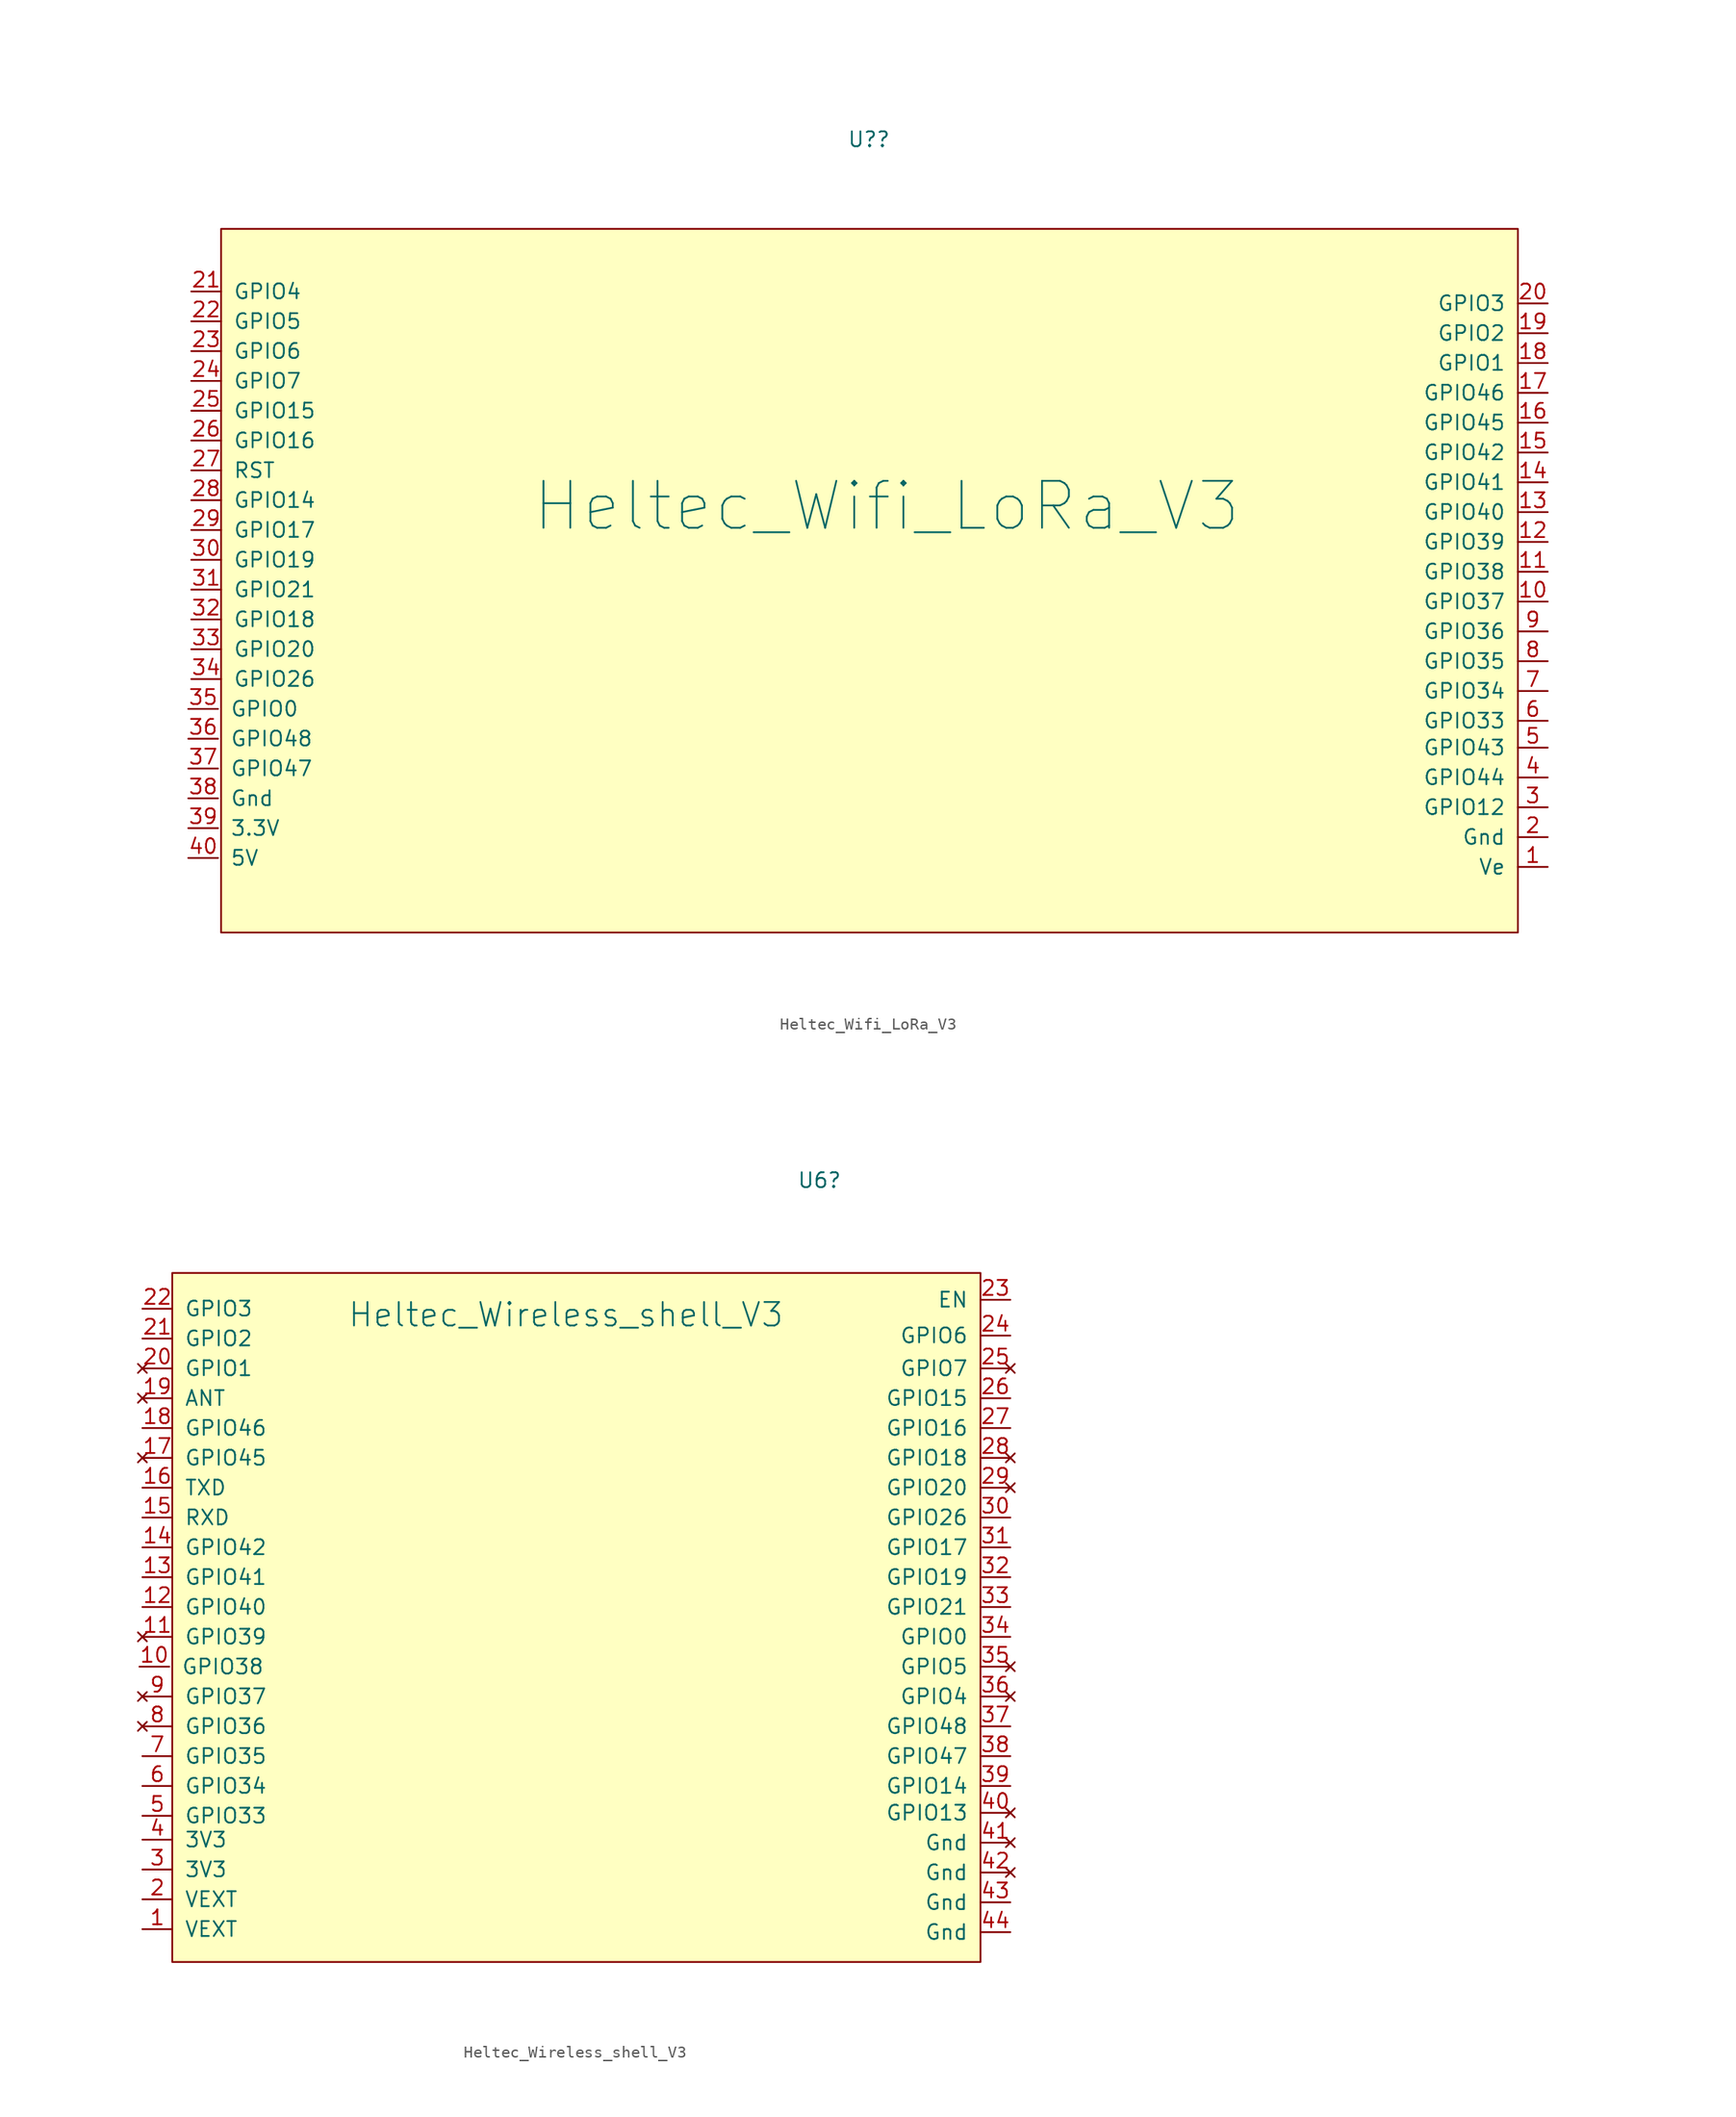
<source format=kicad_sym>
(kicad_symbol_lib
  (version 20211014)
  (generator kicad_symbol_editor)
  (symbol "Heltec_Wifi_LoRa_V3"
    (pin_names
      (offset 1.016))
    (property "Reference" "U?"
      (at -2.54 12.7 0)
      (effects (font (size 1.27 1.27)) (justify left)))
    (property "Value" "Heltec_Wifi_LoRa_V3"
      (at -29.464 -18.542 0)
      (effects (font (size 4 4)) (justify left)))
    (symbol "Heltec_Wifi_LoRa_V3_0_1"
      (rectangle (start -55.88 5.08) (end 54.61 -54.864) (stroke (width 0) (type default) (color 0 0 0 0)) (fill (type background))))
    (symbol "Heltec_Wifi_LoRa_V3_1_1"
      (pin bidirectional line (at 57.15 -49.276 180) (length 2.54) (name "Ve" (effects (font (size 1.27 1.27)))) (number "1" (effects (font (size 1.27 1.27)))))
      (pin bidirectional line (at 57.15 -26.67 180) (length 2.54) (name "GPIO37" (effects (font (size 1.27 1.27)))) (number "10" (effects (font (size 1.27 1.27)))))
      (pin bidirectional line (at 57.15 -24.13 180) (length 2.54) (name "GPIO38" (effects (font (size 1.27 1.27)))) (number "11" (effects (font (size 1.27 1.27)))))
      (pin bidirectional line (at 57.15 -21.59 180) (length 2.54) (name "GPIO39" (effects (font (size 1.27 1.27)))) (number "12" (effects (font (size 1.27 1.27)))))
      (pin bidirectional line (at 57.15 -19.05 180) (length 2.54) (name "GPIO40" (effects (font (size 1.27 1.27)))) (number "13" (effects (font (size 1.27 1.27)))))
      (pin bidirectional line (at 57.15 -16.51 180) (length 2.54) (name "GPIO41" (effects (font (size 1.27 1.27)))) (number "14" (effects (font (size 1.27 1.27)))))
      (pin bidirectional line (at 57.15 -13.97 180) (length 2.54) (name "GPIO42" (effects (font (size 1.27 1.27)))) (number "15" (effects (font (size 1.27 1.27)))))
      (pin bidirectional line (at 57.15 -11.43 180) (length 2.54) (name "GPIO45" (effects (font (size 1.27 1.27)))) (number "16" (effects (font (size 1.27 1.27)))))
      (pin bidirectional line (at 57.15 -8.89 180) (length 2.54) (name "GPIO46" (effects (font (size 1.27 1.27)))) (number "17" (effects (font (size 1.27 1.27)))))
      (pin bidirectional line (at 57.15 -6.35 180) (length 2.54) (name "GPIO1" (effects (font (size 1.27 1.27)))) (number "18" (effects (font (size 1.27 1.27)))))
      (pin bidirectional line (at 57.15 -3.81 180) (length 2.54) (name "GPIO2" (effects (font (size 1.27 1.27)))) (number "19" (effects (font (size 1.27 1.27)))))
      (pin bidirectional line (at 57.15 -46.736 180) (length 2.54) (name "Gnd" (effects (font (size 1.27 1.27)))) (number "2" (effects (font (size 1.27 1.27)))))
      (pin bidirectional line (at 57.15 -1.27 180) (length 2.54) (name "GPIO3" (effects (font (size 1.27 1.27)))) (number "20" (effects (font (size 1.27 1.27)))))
      (pin bidirectional line (at -58.42 -0.254 0) (length 2.54) (name "GPIO4" (effects (font (size 1.27 1.27)))) (number "21" (effects (font (size 1.27 1.27)))))
      (pin bidirectional line (at -58.42 -2.794 0) (length 2.54) (name "GPIO5" (effects (font (size 1.27 1.27)))) (number "22" (effects (font (size 1.27 1.27)))))
      (pin bidirectional line (at -58.42 -5.334 0) (length 2.54) (name "GPIO6" (effects (font (size 1.27 1.27)))) (number "23" (effects (font (size 1.27 1.27)))))
      (pin bidirectional line (at -58.42 -7.874 0) (length 2.54) (name "GPIO7" (effects (font (size 1.27 1.27)))) (number "24" (effects (font (size 1.27 1.27)))))
      (pin bidirectional line (at -58.42 -10.414 0) (length 2.54) (name "GPIO15" (effects (font (size 1.27 1.27)))) (number "25" (effects (font (size 1.27 1.27)))))
      (pin bidirectional line (at -58.42 -12.954 0) (length 2.54) (name "GPIO16" (effects (font (size 1.27 1.27)))) (number "26" (effects (font (size 1.27 1.27)))))
      (pin bidirectional line (at -58.42 -15.494 0) (length 2.54) (name "RST" (effects (font (size 1.27 1.27)))) (number "27" (effects (font (size 1.27 1.27)))))
      (pin bidirectional line (at -58.42 -18.034 0) (length 2.54) (name "GPIO14" (effects (font (size 1.27 1.27)))) (number "28" (effects (font (size 1.27 1.27)))))
      (pin bidirectional line (at -58.42 -20.574 0) (length 2.54) (name "GPIO17" (effects (font (size 1.27 1.27)))) (number "29" (effects (font (size 1.27 1.27)))))
      (pin bidirectional line (at 57.15 -44.196 180) (length 2.54) (name "GPIO12" (effects (font (size 1.27 1.27)))) (number "3" (effects (font (size 1.27 1.27)))))
      (pin bidirectional line (at -58.42 -23.114 0) (length 2.54) (name "GPIO19" (effects (font (size 1.27 1.27)))) (number "30" (effects (font (size 1.27 1.27)))))
      (pin bidirectional line (at -58.42 -25.654 0) (length 2.54) (name "GPIO21" (effects (font (size 1.27 1.27)))) (number "31" (effects (font (size 1.27 1.27)))))
      (pin bidirectional line (at -58.42 -28.194 0) (length 2.54) (name "GPIO18" (effects (font (size 1.27 1.27)))) (number "32" (effects (font (size 1.27 1.27)))))
      (pin bidirectional line (at -58.42 -30.734 0) (length 2.54) (name "GPIO20" (effects (font (size 1.27 1.27)))) (number "33" (effects (font (size 1.27 1.27)))))
      (pin bidirectional line (at -58.42 -33.274 0) (length 2.54) (name "GPIO26" (effects (font (size 1.27 1.27)))) (number "34" (effects (font (size 1.27 1.27)))))
      (pin bidirectional line (at -58.674 -35.814 0) (length 2.54) (name "GPIO0" (effects (font (size 1.27 1.27)))) (number "35" (effects (font (size 1.27 1.27)))))
      (pin bidirectional line (at -58.674 -38.354 0) (length 2.54) (name "GPIO48" (effects (font (size 1.27 1.27)))) (number "36" (effects (font (size 1.27 1.27)))))
      (pin bidirectional line (at -58.674 -40.894 0) (length 2.54) (name "GPIO47" (effects (font (size 1.27 1.27)))) (number "37" (effects (font (size 1.27 1.27)))))
      (pin bidirectional line (at -58.674 -43.434 0) (length 2.54) (name "Gnd" (effects (font (size 1.27 1.27)))) (number "38" (effects (font (size 1.27 1.27)))))
      (pin bidirectional line (at -58.674 -45.974 0) (length 2.54) (name "3.3V" (effects (font (size 1.27 1.27)))) (number "39" (effects (font (size 1.27 1.27)))))
      (pin bidirectional line (at 57.15 -41.656 180) (length 2.54) (name "GPIO44" (effects (font (size 1.27 1.27)))) (number "4" (effects (font (size 1.27 1.27)))))
      (pin bidirectional line (at -58.674 -48.514 0) (length 2.54) (name "5V" (effects (font (size 1.27 1.27)))) (number "40" (effects (font (size 1.27 1.27)))))
      (pin bidirectional line (at 57.15 -39.116 180) (length 2.54) (name "GPIO43" (effects (font (size 1.27 1.27)))) (number "5" (effects (font (size 1.27 1.27)))))
      (pin bidirectional line (at 57.15 -36.83 180) (length 2.54) (name "GPIO33" (effects (font (size 1.27 1.27)))) (number "6" (effects (font (size 1.27 1.27)))))
      (pin bidirectional line (at 57.15 -34.29 180) (length 2.54) (name "GPIO34" (effects (font (size 1.27 1.27)))) (number "7" (effects (font (size 1.27 1.27)))))
      (pin bidirectional line (at 57.15 -31.75 180) (length 2.54) (name "GPIO35" (effects (font (size 1.27 1.27)))) (number "8" (effects (font (size 1.27 1.27)))))
      (pin bidirectional line (at 57.15 -29.21 180) (length 2.54) (name "GPIO36" (effects (font (size 1.27 1.27)))) (number "9" (effects (font (size 1.27 1.27)))))))
  (symbol "Heltec_Wireless_shell_V3"
    (pin_names
      (offset 1.016))
    (property "Reference" "U6"
      (at -0.762 11.695 0)
      (effects (font (size 1.27 1.27))))
    (property "Value" "Heltec_Wireless_shell_V3"
      (at -22.352 0.254 0)
      (effects (font (size 2 2))))
    (symbol "Heltec_Wireless_shell_V3_0_1"
      (rectangle (start -55.88 3.81) (end 12.954 -54.864) (stroke (width 0) (type default) (color 0 0 0 0)) (fill (type background))))
    (symbol "Heltec_Wireless_shell_V3_1_1"
      (pin bidirectional line (at -58.42 -52.07 0) (length 2.54) (name "VEXT" (effects (font (size 1.27 1.27)))) (number "1" (effects (font (size 1.27 1.27)))))
      (pin bidirectional line (at -58.674 -29.718 0) (length 2.54) (name "GPIO38" (effects (font (size 1.27 1.27)))) (number "10" (effects (font (size 1.27 1.27)))))
      (pin no_connect line (at -58.42 -27.178 0) (length 2.54) (name "GPIO39" (effects (font (size 1.27 1.27)))) (number "11" (effects (font (size 1.27 1.27)))))
      (pin bidirectional line (at -58.42 -24.638 0) (length 2.54) (name "GPIO40" (effects (font (size 1.27 1.27)))) (number "12" (effects (font (size 1.27 1.27)))))
      (pin bidirectional line (at -58.42 -22.098 0) (length 2.54) (name "GPIO41" (effects (font (size 1.27 1.27)))) (number "13" (effects (font (size 1.27 1.27)))))
      (pin bidirectional line (at -58.42 -19.558 0) (length 2.54) (name "GPIO42" (effects (font (size 1.27 1.27)))) (number "14" (effects (font (size 1.27 1.27)))))
      (pin bidirectional line (at -58.42 -17.018 0) (length 2.54) (name "RXD" (effects (font (size 1.27 1.27)))) (number "15" (effects (font (size 1.27 1.27)))))
      (pin bidirectional line (at -58.42 -14.478 0) (length 2.54) (name "TXD" (effects (font (size 1.27 1.27)))) (number "16" (effects (font (size 1.27 1.27)))))
      (pin no_connect line (at -58.42 -11.938 0) (length 2.54) (name "GPIO45" (effects (font (size 1.27 1.27)))) (number "17" (effects (font (size 1.27 1.27)))))
      (pin bidirectional line (at -58.42 -9.398 0) (length 2.54) (name "GPIO46" (effects (font (size 1.27 1.27)))) (number "18" (effects (font (size 1.27 1.27)))))
      (pin no_connect line (at -58.42 -6.858 0) (length 2.54) (name "ANT" (effects (font (size 1.27 1.27)))) (number "19" (effects (font (size 1.27 1.27)))))
      (pin bidirectional line (at -58.42 -49.53 0) (length 2.54) (name "VEXT" (effects (font (size 1.27 1.27)))) (number "2" (effects (font (size 1.27 1.27)))))
      (pin no_connect line (at -58.42 -4.318 0) (length 2.54) (name "GPIO1" (effects (font (size 1.27 1.27)))) (number "20" (effects (font (size 1.27 1.27)))))
      (pin bidirectional line (at -58.42 -1.778 0) (length 2.54) (name "GPIO2" (effects (font (size 1.27 1.27)))) (number "21" (effects (font (size 1.27 1.27)))))
      (pin bidirectional line (at -58.42 0.762 0) (length 2.54) (name "GPIO3" (effects (font (size 1.27 1.27)))) (number "22" (effects (font (size 1.27 1.27)))))
      (pin bidirectional line (at 15.494 1.524 180) (length 2.54) (name "EN" (effects (font (size 1.27 1.27)))) (number "23" (effects (font (size 1.27 1.27)))))
      (pin bidirectional line (at 15.494 -1.524 180) (length 2.54) (name "GPIO6" (effects (font (size 1.27 1.27)))) (number "24" (effects (font (size 1.27 1.27)))))
      (pin no_connect line (at 15.494 -4.318 180) (length 2.54) (name "GPIO7" (effects (font (size 1.27 1.27)))) (number "25" (effects (font (size 1.27 1.27)))))
      (pin bidirectional line (at 15.494 -6.858 180) (length 2.54) (name "GPIO15" (effects (font (size 1.27 1.27)))) (number "26" (effects (font (size 1.27 1.27)))))
      (pin bidirectional line (at 15.494 -9.398 180) (length 2.54) (name "GPIO16" (effects (font (size 1.27 1.27)))) (number "27" (effects (font (size 1.27 1.27)))))
      (pin no_connect line (at 15.494 -11.938 180) (length 2.54) (name "GPIO18" (effects (font (size 1.27 1.27)))) (number "28" (effects (font (size 1.27 1.27)))))
      (pin no_connect line (at 15.494 -14.478 180) (length 2.54) (name "GPIO20" (effects (font (size 1.27 1.27)))) (number "29" (effects (font (size 1.27 1.27)))))
      (pin bidirectional line (at -58.42 -46.99 0) (length 2.54) (name "3V3" (effects (font (size 1.27 1.27)))) (number "3" (effects (font (size 1.27 1.27)))))
      (pin bidirectional line (at 15.494 -17.018 180) (length 2.54) (name "GPIO26" (effects (font (size 1.27 1.27)))) (number "30" (effects (font (size 1.27 1.27)))))
      (pin bidirectional line (at 15.494 -19.558 180) (length 2.54) (name "GPIO17" (effects (font (size 1.27 1.27)))) (number "31" (effects (font (size 1.27 1.27)))))
      (pin bidirectional line (at 15.494 -22.098 180) (length 2.54) (name "GPIO19" (effects (font (size 1.27 1.27)))) (number "32" (effects (font (size 1.27 1.27)))))
      (pin bidirectional line (at 15.494 -24.638 180) (length 2.54) (name "GPIO21" (effects (font (size 1.27 1.27)))) (number "33" (effects (font (size 1.27 1.27)))))
      (pin bidirectional line (at 15.494 -27.178 180) (length 2.54) (name "GPIO0" (effects (font (size 1.27 1.27)))) (number "34" (effects (font (size 1.27 1.27)))))
      (pin no_connect line (at 15.494 -29.718 180) (length 2.54) (name "GPIO5" (effects (font (size 1.27 1.27)))) (number "35" (effects (font (size 1.27 1.27)))))
      (pin no_connect line (at 15.494 -32.258 180) (length 2.54) (name "GPIO4" (effects (font (size 1.27 1.27)))) (number "36" (effects (font (size 1.27 1.27)))))
      (pin bidirectional line (at 15.494 -34.798 180) (length 2.54) (name "GPIO48" (effects (font (size 1.27 1.27)))) (number "37" (effects (font (size 1.27 1.27)))))
      (pin bidirectional line (at 15.494 -37.338 180) (length 2.54) (name "GPIO47" (effects (font (size 1.27 1.27)))) (number "38" (effects (font (size 1.27 1.27)))))
      (pin bidirectional line (at 15.494 -39.878 180) (length 2.54) (name "GPIO14" (effects (font (size 1.27 1.27)))) (number "39" (effects (font (size 1.27 1.27)))))
      (pin bidirectional line (at -58.42 -44.45 0) (length 2.54) (name "3V3" (effects (font (size 1.27 1.27)))) (number "4" (effects (font (size 1.27 1.27)))))
      (pin no_connect line (at 15.494 -42.164 180) (length 2.54) (name "GPIO13" (effects (font (size 1.27 1.27)))) (number "40" (effects (font (size 1.27 1.27)))))
      (pin no_connect line (at 15.494 -44.704 180) (length 2.54) (name "Gnd" (effects (font (size 1.27 1.27)))) (number "41" (effects (font (size 1.27 1.27)))))
      (pin no_connect line (at 15.494 -47.244 180) (length 2.54) (name "Gnd" (effects (font (size 1.27 1.27)))) (number "42" (effects (font (size 1.27 1.27)))))
      (pin bidirectional line (at 15.494 -49.784 180) (length 2.54) (name "Gnd" (effects (font (size 1.27 1.27)))) (number "43" (effects (font (size 1.27 1.27)))))
      (pin bidirectional line (at 15.494 -52.324 180) (length 2.54) (name "Gnd" (effects (font (size 1.27 1.27)))) (number "44" (effects (font (size 1.27 1.27)))))
      (pin bidirectional line (at -58.42 -42.418 0) (length 2.54) (name "GPIO33" (effects (font (size 1.27 1.27)))) (number "5" (effects (font (size 1.27 1.27)))))
      (pin bidirectional line (at -58.42 -39.878 0) (length 2.54) (name "GPIO34" (effects (font (size 1.27 1.27)))) (number "6" (effects (font (size 1.27 1.27)))))
      (pin bidirectional line (at -58.42 -37.338 0) (length 2.54) (name "GPIO35" (effects (font (size 1.27 1.27)))) (number "7" (effects (font (size 1.27 1.27)))))
      (pin no_connect line (at -58.42 -34.798 0) (length 2.54) (name "GPIO36" (effects (font (size 1.27 1.27)))) (number "8" (effects (font (size 1.27 1.27)))))
      (pin no_connect line (at -58.42 -32.258 0) (length 2.54) (name "GPIO37" (effects (font (size 1.27 1.27)))) (number "9" (effects (font (size 1.27 1.27))))))))
</source>
